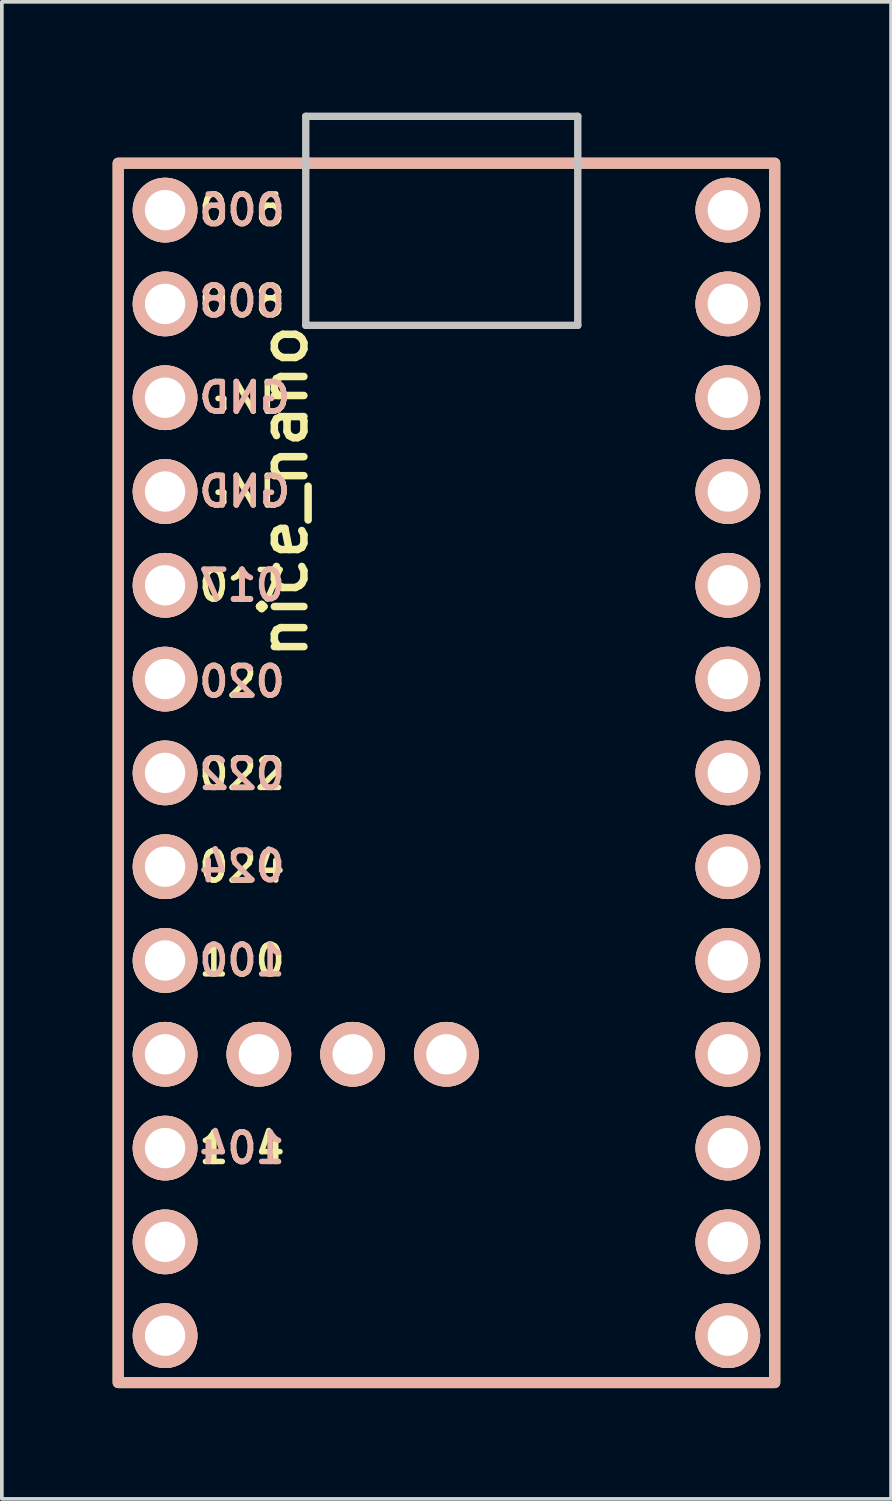
<source format=kicad_pcb>
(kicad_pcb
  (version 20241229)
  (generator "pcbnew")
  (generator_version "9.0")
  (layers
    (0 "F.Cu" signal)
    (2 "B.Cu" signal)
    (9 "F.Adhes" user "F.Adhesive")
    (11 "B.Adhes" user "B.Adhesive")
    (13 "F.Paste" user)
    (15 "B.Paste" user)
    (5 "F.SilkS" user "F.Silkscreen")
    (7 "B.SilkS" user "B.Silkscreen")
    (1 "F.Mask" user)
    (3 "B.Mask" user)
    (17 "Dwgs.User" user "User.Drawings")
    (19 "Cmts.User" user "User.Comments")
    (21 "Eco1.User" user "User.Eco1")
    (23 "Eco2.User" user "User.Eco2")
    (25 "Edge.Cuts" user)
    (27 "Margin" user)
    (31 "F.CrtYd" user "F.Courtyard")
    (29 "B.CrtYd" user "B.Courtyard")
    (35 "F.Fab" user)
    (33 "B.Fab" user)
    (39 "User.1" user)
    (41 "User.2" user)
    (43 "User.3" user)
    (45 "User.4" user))
  (footprint "nice_nano"
    (layer "F.Cu")
    (at 9.04 2.64)
    (property "Reference" "nice_nano" (at -4.405 7.62 270) (layer "F.SilkS") (effects (font (size 1.2 1.2) (thickness 0.203))))
    (attr through_hole)
    (fp_rect (start -8.89 -1.27) (end 8.89 31.75) (stroke (width 0.3) (type solid)) (fill no) (layer "F.SilkS"))
    (fp_rect (start -8.89 -1.27) (end 8.89 31.75) (stroke (width 0.3) (type solid)) (fill no) (layer "B.SilkS"))
    (fp_line (start -3.81 -2.54) (end 3.556 -2.54) (stroke (width 0.2) (type solid)) (layer "Dwgs.User"))
    (fp_line (start -3.81 3.12) (end -3.81 -2.54) (stroke (width 0.2) (type solid)) (layer "Dwgs.User"))
    (fp_line (start 3.556 -2.54) (end 3.556 3.12) (stroke (width 0.2) (type solid)) (layer "Dwgs.User"))
    (fp_line (start 3.556 3.12) (end -3.81 3.12) (stroke (width 0.2) (type solid)) (layer "Dwgs.User"))
    (fp_text user "024" (at -5.537 17.78 0) (layer "F.SilkS") (effects (font (size 0.8 0.8) (thickness 0.15))))
    (fp_text user "022" (at -5.537 15.27 0) (layer "F.SilkS") (effects (font (size 0.8 0.8) (thickness 0.15))))
    (fp_text user "GND" (at -5.461 7.62 0) (layer "F.SilkS") (effects (font (size 0.8 0.8) (thickness 0.15))))
    (fp_text user "008" (at -5.537 2.47 0) (layer "F.SilkS") (effects (font (size 0.8 0.8) (thickness 0.15))))
    (fp_text user "GND" (at -5.461 5.08 0) (layer "F.SilkS") (effects (font (size 0.8 0.8) (thickness 0.15))))
    (fp_text user "006" (at -5.537 0 0) (layer "F.SilkS") (effects (font (size 0.8 0.8) (thickness 0.15))))
    (fp_text user "100" (at -5.537 20.32 0) (layer "F.SilkS") (effects (font (size 0.8 0.8) (thickness 0.15))))
    (fp_text user "104" (at -5.537 25.4 0) (layer "F.SilkS") (effects (font (size 0.8 0.8) (thickness 0.15))))
    (fp_text user "017" (at -5.537 10.17 0) (layer "F.SilkS") (effects (font (size 0.8 0.8) (thickness 0.15))))
    (fp_text user "020" (at -5.537 12.77 0) (layer "F.SilkS") (effects (font (size 0.8 0.8) (thickness 0.15))))
    (fp_text user "GND" (at -5.461 7.62 0) (layer "B.SilkS") (effects (font (size 0.8 0.8) (thickness 0.15)) (justify mirror)))
    (fp_text user "100" (at -5.537 20.32 0) (layer "B.SilkS") (effects (font (size 0.8 0.8) (thickness 0.15)) (justify mirror)))
    (fp_text user "006" (at -5.537 0 0) (layer "B.SilkS") (effects (font (size 0.8 0.8) (thickness 0.15)) (justify mirror)))
    (fp_text user "GND" (at -5.461 5.08 0) (layer "B.SilkS") (effects (font (size 0.8 0.8) (thickness 0.15)) (justify mirror)))
    (fp_text user "024" (at -5.537 17.77 0) (layer "B.SilkS") (effects (font (size 0.8 0.8) (thickness 0.15)) (justify mirror)))
    (fp_text user "020" (at -5.537 12.77 0) (layer "B.SilkS") (effects (font (size 0.8 0.8) (thickness 0.15)) (justify mirror)))
    (fp_text user "008" (at -5.537 2.47 0) (layer "B.SilkS") (effects (font (size 0.8 0.8) (thickness 0.15)) (justify mirror)))
    (fp_text user "104" (at -5.537 25.4 0) (layer "B.SilkS") (effects (font (size 0.8 0.8) (thickness 0.15)) (justify mirror)))
    (fp_text user "017" (at -5.537 10.16 0) (layer "B.SilkS") (effects (font (size 0.8 0.8) (thickness 0.15)) (justify mirror)))
    (fp_text user "022" (at -5.537 15.27 0) (layer "B.SilkS") (effects (font (size 0.8 0.8) (thickness 0.15)) (justify mirror)))
    (pad "1" thru_hole circle (at -7.62 0 270) (size 1.753 1.753) (drill 1.092) (layers "*.Cu" "*.SilkS" "*.Mask"))
    (pad "2" thru_hole circle (at -7.62 2.54 270) (size 1.753 1.753) (drill 1.092) (layers "*.Cu" "*.SilkS" "*.Mask"))
    (pad "3" thru_hole circle (at -7.62 5.08 270) (size 1.753 1.753) (drill 1.092) (layers "*.Cu" "*.SilkS" "*.Mask"))
    (pad "4" thru_hole circle (at -7.62 7.62 270) (size 1.753 1.753) (drill 1.092) (layers "*.Cu" "*.SilkS" "*.Mask"))
    (pad "5" thru_hole circle (at -7.62 10.16 270) (size 1.753 1.753) (drill 1.092) (layers "*.Cu" "*.SilkS" "*.Mask"))
    (pad "6" thru_hole circle (at -7.62 12.7 270) (size 1.753 1.753) (drill 1.092) (layers "*.Cu" "*.SilkS" "*.Mask"))
    (pad "7" thru_hole circle (at -7.62 15.24 270) (size 1.753 1.753) (drill 1.092) (layers "*.Cu" "*.SilkS" "*.Mask"))
    (pad "8" thru_hole circle (at -7.62 17.78 270) (size 1.753 1.753) (drill 1.092) (layers "*.Cu" "*.SilkS" "*.Mask"))
    (pad "9" thru_hole circle (at -7.62 20.32 270) (size 1.753 1.753) (drill 1.092) (layers "*.Cu" "*.SilkS" "*.Mask"))
    (pad "10" thru_hole circle (at -7.62 22.86 270) (size 1.753 1.753) (drill 1.092) (layers "*.Cu" "*.SilkS" "*.Mask"))
    (pad "11" thru_hole circle (at -7.62 25.4 270) (size 1.753 1.753) (drill 1.092) (layers "*.Cu" "*.SilkS" "*.Mask"))
    (pad "12" thru_hole circle (at -7.62 27.94 270) (size 1.753 1.753) (drill 1.092) (layers "*.Cu" "*.SilkS" "*.Mask"))
    (pad "13" thru_hole circle (at -7.62 30.48 270) (size 1.753 1.753) (drill 1.092) (layers "*.Cu" "*.SilkS" "*.Mask"))
    (pad "14" thru_hole circle (at 7.62 0 270) (size 1.753 1.753) (drill 1.092) (layers "*.Cu" "*.SilkS" "*.Mask"))
    (pad "15" thru_hole circle (at 7.62 2.54 270) (size 1.753 1.753) (drill 1.092) (layers "*.Cu" "*.SilkS" "*.Mask"))
    (pad "16" thru_hole circle (at 7.62 5.08 270) (size 1.753 1.753) (drill 1.092) (layers "*.Cu" "*.SilkS" "*.Mask"))
    (pad "17" thru_hole circle (at 7.62 7.62 270) (size 1.753 1.753) (drill 1.092) (layers "*.Cu" "*.SilkS" "*.Mask"))
    (pad "18" thru_hole circle (at 7.62 10.16 270) (size 1.753 1.753) (drill 1.092) (layers "*.Cu" "*.SilkS" "*.Mask"))
    (pad "19" thru_hole circle (at 7.62 12.7 270) (size 1.753 1.753) (drill 1.092) (layers "*.Cu" "*.SilkS" "*.Mask"))
    (pad "20" thru_hole circle (at 7.62 15.24 270) (size 1.753 1.753) (drill 1.092) (layers "*.Cu" "*.SilkS" "*.Mask"))
    (pad "21" thru_hole circle (at 7.62 17.78 270) (size 1.753 1.753) (drill 1.092) (layers "*.Cu" "*.SilkS" "*.Mask"))
    (pad "22" thru_hole circle (at 7.62 20.32 270) (size 1.753 1.753) (drill 1.092) (layers "*.Cu" "*.SilkS" "*.Mask"))
    (pad "23" thru_hole circle (at 7.62 22.86 270) (size 1.753 1.753) (drill 1.092) (layers "*.Cu" "*.SilkS" "*.Mask"))
    (pad "24" thru_hole circle (at 7.62 25.4 270) (size 1.753 1.753) (drill 1.092) (layers "*.Cu" "*.SilkS" "*.Mask"))
    (pad "25" thru_hole circle (at 7.62 27.94 270) (size 1.753 1.753) (drill 1.092) (layers "*.Cu" "*.SilkS" "*.Mask"))
    (pad "26" thru_hole circle (at 7.62 30.48 270) (size 1.753 1.753) (drill 1.092) (layers "*.Cu" "*.SilkS" "*.Mask"))
    (pad "27" thru_hole circle (at -5.08 22.86 270) (size 1.753 1.753) (drill 1.092) (layers "*.Cu" "*.SilkS" "*.Mask"))
    (pad "28" thru_hole circle (at -2.54 22.86 270) (size 1.753 1.753) (drill 1.092) (layers "*.Cu" "*.SilkS" "*.Mask"))
    (pad "29" thru_hole circle (at 0 22.86 270) (size 1.753 1.753) (drill 1.092) (layers "*.Cu" "*.SilkS" "*.Mask")))
  (gr_rect
    (start -3 -3)
    (end 21.08 37.54)
    (stroke (width 0.1) (type default))
    (fill no)
    (layer "Edge.Cuts")))
</source>
